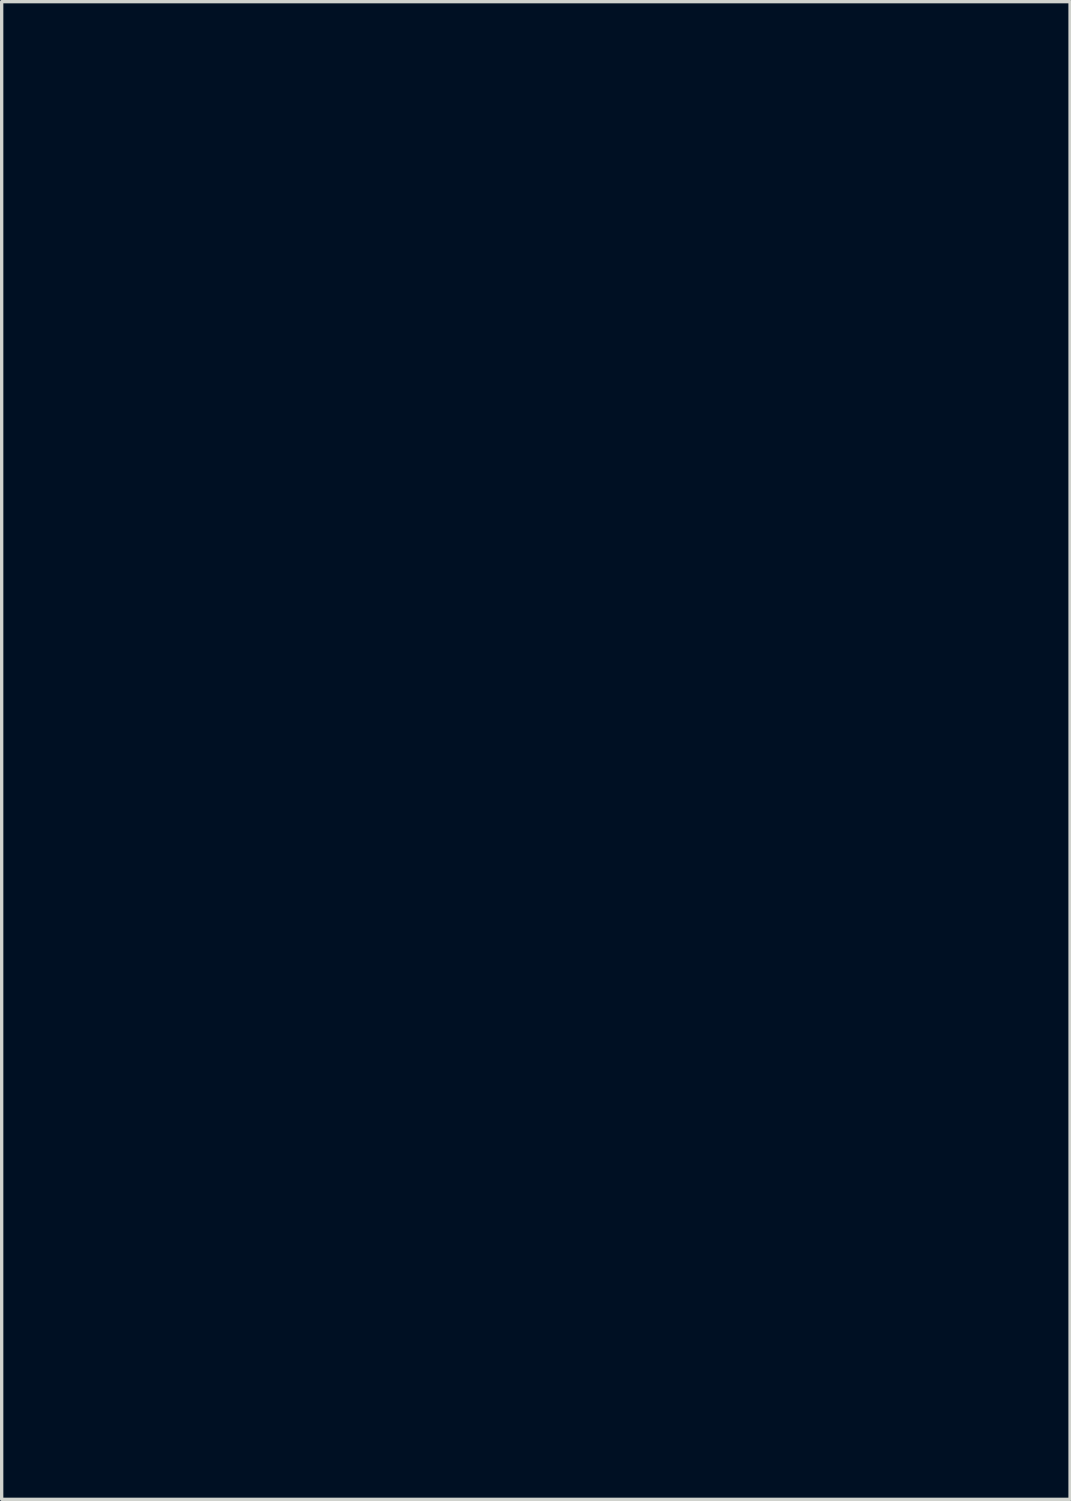
<source format=kicad_pcb>
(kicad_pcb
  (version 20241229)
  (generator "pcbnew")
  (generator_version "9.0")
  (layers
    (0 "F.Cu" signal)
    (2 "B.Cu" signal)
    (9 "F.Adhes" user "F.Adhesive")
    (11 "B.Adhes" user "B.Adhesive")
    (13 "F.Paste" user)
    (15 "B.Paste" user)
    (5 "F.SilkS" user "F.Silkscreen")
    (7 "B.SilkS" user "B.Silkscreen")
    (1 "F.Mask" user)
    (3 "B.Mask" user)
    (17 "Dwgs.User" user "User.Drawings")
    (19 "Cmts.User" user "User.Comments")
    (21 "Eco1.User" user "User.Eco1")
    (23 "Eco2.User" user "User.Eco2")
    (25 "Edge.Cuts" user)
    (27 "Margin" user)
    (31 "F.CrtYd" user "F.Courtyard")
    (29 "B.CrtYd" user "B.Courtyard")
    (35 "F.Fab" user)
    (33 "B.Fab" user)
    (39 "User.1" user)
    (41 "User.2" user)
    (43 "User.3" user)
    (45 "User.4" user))
  (footprint "logo_silver"
    (layer "F.Cu")
    (at 6.621 19.656)
    (property "Reference" "logo_silver" (at 0 0 0) (layer "F.Mask") (effects (font (size 1.524 1.524) (thickness 0.3))))
    (attr board_only exclude_from_pos_files exclude_from_bom)
    (fp_poly (pts (xy -6.213 11.07) (xy -6.338 11.195) (xy -6.462 11.32) (xy -6.462 10.821)) (stroke (width 0) (type solid)) (fill yes) (layer "F.Mask"))
    (fp_poly (pts (xy -6.537 -19.649) (xy -6.545 -19.616) (xy -6.575 -19.612) (xy -6.621 -19.633) (xy -6.612 -19.649) (xy -6.546 -19.656)) (stroke (width 0) (type solid)) (fill yes) (layer "F.Mask"))
    (fp_poly (pts (xy -4.654 18.977) (xy -4.426 19.206) (xy -4.905 19.208) (xy -5.384 19.211) (xy -5.133 18.98) (xy -4.883 18.749)) (stroke (width 0) (type solid)) (fill yes) (layer "F.Mask"))
    (fp_poly (pts (xy 0.912 18.865) (xy 0.993 18.967) (xy 1.036 19.022) (xy 1.186 19.219) (xy 0.484 19.219) (xy 0.674 19.022) (xy 0.787 18.908) (xy 0.86 18.837) (xy 0.875 18.825)) (stroke (width 0) (type solid)) (fill yes) (layer "F.Mask"))
    (fp_poly (pts (xy 1.079 8.727) (xy 1.199 8.798) (xy 1.325 8.903) (xy 1.545 9.095) (xy 1.253 9.394) (xy 1.02 9.122) (xy 0.896 8.972) (xy 0.839 8.881) (xy 0.839 8.824) (xy 0.882 8.78) (xy 0.983 8.724)) (stroke (width 0) (type solid)) (fill yes) (layer "F.Mask"))
    (fp_poly (pts (xy -3.894 13.638) (xy -3.658 13.908) (xy -3.892 14.147) (xy -4.021 14.273) (xy -4.118 14.358) (xy -4.156 14.381) (xy -4.207 14.339) (xy -4.306 14.236) (xy -4.407 14.125) (xy -4.627 13.875) (xy -4.379 13.621) (xy -4.13 13.367)) (stroke (width 0) (type solid)) (fill yes) (layer "F.Mask"))
    (fp_poly (pts (xy -3.717 8.297) (xy -3.473 8.565) (xy -3.717 8.776) (xy -3.854 8.891) (xy -3.956 8.969) (xy -3.992 8.989) (xy -4.045 8.953) (xy -4.149 8.859) (xy -4.243 8.766) (xy -4.462 8.541) (xy -4.212 8.285) (xy -3.962 8.028)) (stroke (width 0) (type solid)) (fill yes) (layer "F.Mask"))
    (fp_poly (pts (xy -4.564 14.261) (xy -4.323 14.526) (xy -4.592 14.779) (xy -4.955 15.118) (xy -5.298 15.438) (xy -5.613 15.729) (xy -5.889 15.982) (xy -6.114 16.187) (xy -6.279 16.335) (xy -6.373 16.415) (xy -6.374 16.415) (xy -6.519 16.529) (xy -6.519 15.584) (xy -5.662 14.79) (xy -4.805 13.995)) (stroke (width 0) (type solid)) (fill yes) (layer "F.Mask"))
    (fp_poly (pts (xy -4.263 13.218) (xy -4.393 13.358) (xy -4.532 13.49) (xy -4.664 13.595) (xy -4.805 13.692) (xy -5.634 12.778) (xy -5.946 12.427) (xy -6.182 12.151) (xy -6.344 11.945) (xy -6.437 11.804) (xy -6.462 11.731) (xy -6.421 11.605) (xy -6.314 11.456) (xy -6.275 11.417) (xy -6.088 11.235)) (stroke (width 0) (type solid)) (fill yes) (layer "F.Mask"))
    (fp_poly (pts (xy 3.854 16.582) (xy 4.102 16.825) (xy 3.919 17.015) (xy 3.758 17.174) (xy 3.642 17.249) (xy 3.54 17.245) (xy 3.425 17.162) (xy 3.324 17.064) (xy 3.2 16.933) (xy 3.115 16.835) (xy 3.091 16.798) (xy 3.13 16.75) (xy 3.233 16.654) (xy 3.348 16.554) (xy 3.606 16.339)) (stroke (width 0) (type solid)) (fill yes) (layer "F.Mask"))
    (fp_poly (pts (xy 3.95 11.581) (xy 3.791 11.747) (xy 3.682 11.852) (xy 3.603 11.909) (xy 3.59 11.913) (xy 3.534 11.874) (xy 3.432 11.773) (xy 3.348 11.678) (xy 3.237 11.543) (xy 3.164 11.442) (xy 3.147 11.408) (xy 3.184 11.352) (xy 3.277 11.249) (xy 3.332 11.194) (xy 3.517 11.014)) (stroke (width 0) (type solid)) (fill yes) (layer "F.Mask"))
    (fp_poly (pts (xy -6.139 18.71) (xy -5.977 18.889) (xy -5.846 19.038) (xy -5.763 19.137) (xy -5.743 19.165) (xy -5.784 19.186) (xy -5.905 19.197) (xy -6.075 19.197) (xy -6.263 19.187) (xy -6.392 19.173) (xy -6.456 19.155) (xy -6.494 19.111) (xy -6.512 19.014) (xy -6.518 18.841) (xy -6.519 18.725) (xy -6.519 18.296)) (stroke (width 0) (type solid)) (fill yes) (layer "F.Mask"))
    (fp_poly (pts (xy -1.756 15.997) (xy -1.639 16.093) (xy -1.545 16.184) (xy -1.326 16.409) (xy -1.574 16.662) (xy -1.707 16.792) (xy -1.808 16.882) (xy -1.852 16.909) (xy -1.903 16.868) (xy -2.002 16.765) (xy -2.103 16.654) (xy -2.323 16.405) (xy -2.105 16.182) (xy -1.975 16.059) (xy -1.869 15.978) (xy -1.826 15.959)) (stroke (width 0) (type solid)) (fill yes) (layer "F.Mask"))
    (fp_poly (pts (xy 0.236 8.161) (xy 0.253 8.172) (xy 0.496 8.328) (xy 0.657 8.435) (xy 0.749 8.506) (xy 0.784 8.554) (xy 0.773 8.591) (xy 0.73 8.631) (xy 0.71 8.648) (xy 0.654 8.664) (xy 0.577 8.621) (xy 0.462 8.506) (xy 0.359 8.388) (xy 0.228 8.23) (xy 0.167 8.146) (xy 0.171 8.126)) (stroke (width 0) (type solid)) (fill yes) (layer "F.Mask"))
    (fp_poly (pts (xy 1.005 13.471) (xy 1.116 13.574) (xy 1.201 13.669) (xy 1.4 13.908) (xy 1.166 14.147) (xy 1.035 14.275) (xy 0.933 14.361) (xy 0.891 14.386) (xy 0.836 14.346) (xy 0.737 14.242) (xy 0.641 14.13) (xy 0.432 13.875) (xy 0.649 13.653) (xy 0.781 13.529) (xy 0.889 13.449) (xy 0.934 13.431)) (stroke (width 0) (type solid)) (fill yes) (layer "F.Mask"))
    (fp_poly (pts (xy 3.815 17.904) (xy 3.995 18.099) (xy 4.186 18.308) (xy 4.3 18.434) (xy 4.465 18.615) (xy 4.658 18.826) (xy 4.795 18.975) (xy 5.064 19.265) (xy 4.148 19.256) (xy 3.765 19.251) (xy 3.354 19.242) (xy 2.957 19.232) (xy 2.618 19.222) (xy 2.539 19.219) (xy 1.846 19.19) (xy 3.555 17.625)) (stroke (width 0) (type solid)) (fill yes) (layer "F.Mask"))
    (fp_poly (pts (xy -6.386 17.084) (xy -6.304 17.173) (xy -6.162 17.327) (xy -5.976 17.528) (xy -5.764 17.759) (xy -5.629 17.906) (xy -5.004 18.588) (xy -5.254 18.819) (xy -5.39 18.941) (xy -5.49 19.025) (xy -5.529 19.05) (xy -5.574 19.011) (xy -5.68 18.905) (xy -5.831 18.748) (xy -6.013 18.554) (xy -6.035 18.53) (xy -6.516 18.01) (xy -6.518 17.478) (xy -6.519 16.945)) (stroke (width 0) (type solid)) (fill yes) (layer "F.Mask"))
    (fp_poly (pts (xy -1.313 10.944) (xy -1.204 11.048) (xy -1.113 11.148) (xy -0.905 11.391) (xy -1.085 11.557) (xy -1.254 11.71) (xy -1.364 11.793) (xy -1.44 11.813) (xy -1.507 11.778) (xy -1.581 11.702) (xy -1.731 11.533) (xy -1.81 11.42) (xy -1.823 11.335) (xy -1.773 11.249) (xy -1.663 11.132) (xy -1.655 11.124) (xy -1.525 11.001) (xy -1.421 10.921) (xy -1.379 10.904)) (stroke (width 0) (type solid)) (fill yes) (layer "F.Mask"))
    (fp_poly (pts (xy -3.46 14.145) (xy -3.343 14.256) (xy -3.175 14.424) (xy -2.97 14.639) (xy -2.739 14.886) (xy -2.703 14.925) (xy -1.95 15.744) (xy -2.201 15.995) (xy -2.452 16.246) (xy -3.035 15.611) (xy -3.256 15.37) (xy -3.467 15.141) (xy -3.649 14.944) (xy -3.782 14.801) (xy -3.815 14.765) (xy -4.013 14.554) (xy -3.793 14.33) (xy -3.662 14.206) (xy -3.558 14.124) (xy -3.515 14.105)) (stroke (width 0) (type solid)) (fill yes) (layer "F.Mask"))
    (fp_poly (pts (xy -1.82 11.753) (xy -1.568 12.004) (xy -2.175 12.557) (xy -2.428 12.788) (xy -2.686 13.026) (xy -2.92 13.244) (xy -3.103 13.416) (xy -3.124 13.436) (xy -3.466 13.762) (xy -3.707 13.517) (xy -3.828 13.38) (xy -3.901 13.27) (xy -3.912 13.217) (xy -3.862 13.164) (xy -3.742 13.047) (xy -3.563 12.878) (xy -3.339 12.668) (xy -3.083 12.431) (xy -2.974 12.331) (xy -2.071 11.502)) (stroke (width 0) (type solid)) (fill yes) (layer "F.Mask"))
    (fp_poly (pts (xy 0.874 9.277) (xy 1.124 9.526) (xy 0.27 10.312) (xy 0.008 10.553) (xy -0.23 10.77) (xy -0.431 10.951) (xy -0.579 11.084) (xy -0.663 11.156) (xy -0.671 11.162) (xy -0.734 11.184) (xy -0.811 11.146) (xy -0.922 11.037) (xy -0.981 10.971) (xy -1.203 10.715) (xy -0.78 10.317) (xy -0.551 10.102) (xy -0.279 9.851) (xy -0.008 9.602) (xy 0.134 9.473) (xy 0.625 9.027)) (stroke (width 0) (type solid)) (fill yes) (layer "F.Mask"))
    (fp_poly (pts (xy 4.268 17.067) (xy 4.379 17.178) (xy 4.543 17.349) (xy 4.75 17.569) (xy 4.986 17.825) (xy 5.118 17.968) (xy 5.376 18.252) (xy 5.62 18.518) (xy 5.833 18.751) (xy 6.004 18.938) (xy 6.119 19.062) (xy 6.146 19.092) (xy 6.316 19.275) (xy 5.35 19.275) (xy 4.534 18.39) (xy 3.718 17.505) (xy 3.95 17.266) (xy 4.08 17.138) (xy 4.18 17.051) (xy 4.22 17.027)) (stroke (width 0) (type solid)) (fill yes) (layer "F.Mask"))
    (fp_poly (pts (xy -6.412 12.257) (xy -6.307 12.362) (xy -6.15 12.527) (xy -5.953 12.738) (xy -5.728 12.984) (xy -5.688 13.028) (xy -4.943 13.852) (xy -5.218 14.105) (xy -5.372 14.247) (xy -5.581 14.438) (xy -5.814 14.651) (xy -6.011 14.832) (xy -6.528 15.306) (xy -6.501 13.774) (xy -6.493 13.371) (xy -6.484 13.006) (xy -6.476 12.695) (xy -6.467 12.451) (xy -6.46 12.289) (xy -6.454 12.224) (xy -6.454 12.223)) (stroke (width 0) (type solid)) (fill yes) (layer "F.Mask"))
    (fp_poly (pts (xy -5.964 6.276) (xy -5.946 6.278) (xy -5.524 6.322) (xy -4.101 7.879) (xy -4.341 8.096) (xy -4.477 8.214) (xy -4.58 8.293) (xy -4.619 8.315) (xy -4.667 8.275) (xy -4.778 8.164) (xy -4.944 7.993) (xy -5.152 7.772) (xy -5.392 7.513) (xy -5.564 7.326) (xy -5.839 7.02) (xy -6.07 6.756) (xy -6.248 6.541) (xy -6.367 6.386) (xy -6.419 6.298) (xy -6.419 6.284) (xy -6.34 6.264) (xy -6.179 6.262)) (stroke (width 0) (type solid)) (fill yes) (layer "F.Mask"))
    (fp_poly (pts (xy 12.139 -13.494) (xy 12.146 -13.367) (xy 12.131 -13.193) (xy 12.099 -13.003) (xy 12.054 -12.829) (xy 12.017 -12.736) (xy 11.897 -12.488) (xy 11.273 -12.312) (xy 11.023 -12.242) (xy 10.815 -12.186) (xy 10.67 -12.149) (xy 10.613 -12.137) (xy 10.636 -12.175) (xy 10.725 -12.28) (xy 10.866 -12.437) (xy 11.047 -12.631) (xy 11.119 -12.708) (xy 11.389 -12.981) (xy 11.635 -13.212) (xy 11.846 -13.39) (xy 12.009 -13.504) (xy 12.109 -13.543)) (stroke (width 0) (type solid)) (fill yes) (layer "F.Mask"))
    (fp_poly (pts (xy -2.43 9.704) (xy -2.14 10.023) (xy -1.919 10.269) (xy -1.762 10.456) (xy -1.662 10.594) (xy -1.615 10.698) (xy -1.615 10.779) (xy -1.657 10.849) (xy -1.735 10.92) (xy -1.844 11.006) (xy -1.853 11.013) (xy -2.059 11.176) (xy -2.926 10.219) (xy -3.174 9.944) (xy -3.396 9.696) (xy -3.58 9.489) (xy -3.717 9.333) (xy -3.794 9.241) (xy -3.808 9.223) (xy -3.779 9.166) (xy -3.688 9.058) (xy -3.579 8.946) (xy -3.336 8.707)) (stroke (width 0) (type solid)) (fill yes) (layer "F.Mask"))
    (fp_poly (pts (xy 4.368 12.207) (xy 4.479 12.387) (xy 4.607 12.606) (xy 4.743 12.844) (xy 4.876 13.082) (xy 4.994 13.301) (xy 5.088 13.482) (xy 5.146 13.606) (xy 5.159 13.652) (xy 5.159 13.652) (xy 5.117 13.612) (xy 5.014 13.502) (xy 4.863 13.339) (xy 4.677 13.135) (xy 4.58 13.028) (xy 4.369 12.794) (xy 4.175 12.576) (xy 4.015 12.394) (xy 3.907 12.268) (xy 3.885 12.241) (xy 3.751 12.074) (xy 3.91 11.908) (xy 4.069 11.742)) (stroke (width 0) (type solid)) (fill yes) (layer "F.Mask"))
    (fp_poly (pts (xy -2.271 6.97) (xy -1.898 7.094) (xy -2.031 7.223) (xy -2.185 7.369) (xy -2.374 7.545) (xy -2.582 7.735) (xy -2.793 7.925) (xy -2.988 8.099) (xy -3.151 8.241) (xy -3.266 8.338) (xy -3.315 8.373) (xy -3.37 8.336) (xy -3.475 8.241) (xy -3.557 8.16) (xy -3.674 8.033) (xy -3.749 7.937) (xy -3.765 7.905) (xy -3.725 7.85) (xy -3.617 7.736) (xy -3.456 7.578) (xy -3.258 7.392) (xy -3.039 7.192) (xy -2.853 7.028) (xy -2.643 6.846)) (stroke (width 0) (type solid)) (fill yes) (layer "F.Mask"))
    (fp_poly (pts (xy 3.434 12.062) (xy 2.827 12.62) (xy 2.58 12.847) (xy 2.334 13.074) (xy 2.114 13.278) (xy 1.946 13.435) (xy 1.921 13.458) (xy 1.77 13.597) (xy 1.651 13.701) (xy 1.586 13.751) (xy 1.584 13.752) (xy 1.53 13.719) (xy 1.429 13.622) (xy 1.335 13.517) (xy 1.221 13.38) (xy 1.144 13.28) (xy 1.124 13.246) (xy 1.163 13.202) (xy 1.274 13.094) (xy 1.444 12.932) (xy 1.661 12.729) (xy 1.914 12.495) (xy 2.028 12.39) (xy 2.932 11.559)) (stroke (width 0) (type solid)) (fill yes) (layer "F.Mask"))
    (fp_poly (pts (xy -1.133 16.674) (xy -1.02 16.786) (xy -0.854 16.959) (xy -0.644 17.181) (xy -0.402 17.442) (xy -0.205 17.658) (xy 0.728 18.682) (xy 0.546 18.871) (xy 0.434 18.986) (xy 0.344 19.062) (xy 0.261 19.092) (xy 0.17 19.07) (xy 0.057 18.99) (xy -0.093 18.845) (xy -0.294 18.629) (xy -0.483 18.42) (xy -0.725 18.154) (xy -0.963 17.892) (xy -1.178 17.655) (xy -1.35 17.465) (xy -1.43 17.376) (xy -1.708 17.069) (xy -1.467 16.851) (xy -1.33 16.733) (xy -1.224 16.654) (xy -1.182 16.634)) (stroke (width 0) (type solid)) (fill yes) (layer "F.Mask"))
    (fp_poly (pts (xy -0.7 11.633) (xy -0.582 11.748) (xy -0.414 11.921) (xy -0.209 12.139) (xy 0.021 12.387) (xy 0.047 12.416) (xy 0.788 13.229) (xy 0.551 13.47) (xy 0.421 13.598) (xy 0.323 13.685) (xy 0.283 13.711) (xy 0.237 13.671) (xy 0.129 13.561) (xy -0.027 13.396) (xy -0.219 13.189) (xy -0.365 13.029) (xy -0.585 12.785) (xy -0.788 12.559) (xy -0.957 12.367) (xy -1.077 12.23) (xy -1.117 12.182) (xy -1.251 12.017) (xy -1.034 11.795) (xy -0.904 11.675) (xy -0.798 11.601) (xy -0.755 11.589)) (stroke (width 0) (type solid)) (fill yes) (layer "F.Mask"))
    (fp_poly (pts (xy 0.325 14.096) (xy 0.428 14.199) (xy 0.521 14.3) (xy 0.732 14.54) (xy -0.013 15.233) (xy -0.269 15.47) (xy -0.51 15.695) (xy -0.719 15.889) (xy -0.879 16.037) (xy -0.958 16.111) (xy -1.157 16.296) (xy -1.393 16.055) (xy -1.519 15.923) (xy -1.604 15.823) (xy -1.63 15.783) (xy -1.59 15.736) (xy -1.481 15.627) (xy -1.316 15.47) (xy -1.111 15.278) (xy -0.88 15.064) (xy -0.636 14.842) (xy -0.395 14.624) (xy -0.172 14.424) (xy 0.02 14.255) (xy 0.167 14.13) (xy 0.253 14.062) (xy 0.268 14.054)) (stroke (width 0) (type solid)) (fill yes) (layer "F.Mask"))
    (fp_poly (pts (xy 1.811 9.306) (xy 1.815 9.308) (xy 1.901 9.374) (xy 2.049 9.506) (xy 2.244 9.69) (xy 2.472 9.912) (xy 2.717 10.156) (xy 2.963 10.409) (xy 3.026 10.475) (xy 3.202 10.663) (xy 3.301 10.795) (xy 3.325 10.892) (xy 3.278 10.978) (xy 3.161 11.076) (xy 3.094 11.124) (xy 2.947 11.229) (xy 2.274 10.494) (xy 1.999 10.193) (xy 1.792 9.965) (xy 1.645 9.796) (xy 1.55 9.675) (xy 1.501 9.59) (xy 1.49 9.53) (xy 1.51 9.482) (xy 1.552 9.435) (xy 1.588 9.401) (xy 1.714 9.305)) (stroke (width 0) (type solid)) (fill yes) (layer "F.Mask"))
    (fp_poly (pts (xy 3.149 17.17) (xy 3.273 17.301) (xy 3.353 17.409) (xy 3.372 17.453) (xy 3.333 17.522) (xy 3.231 17.638) (xy 3.105 17.76) (xy 2.967 17.887) (xy 2.769 18.068) (xy 2.535 18.285) (xy 2.287 18.514) (xy 2.199 18.596) (xy 1.976 18.802) (xy 1.782 18.979) (xy 1.631 19.113) (xy 1.539 19.192) (xy 1.519 19.206) (xy 1.464 19.175) (xy 1.365 19.077) (xy 1.261 18.958) (xy 1.044 18.693) (xy 1.576 18.191) (xy 1.826 17.957) (xy 2.095 17.707) (xy 2.347 17.475) (xy 2.517 17.321) (xy 2.927 16.953)) (stroke (width 0) (type solid)) (fill yes) (layer "F.Mask"))
    (fp_poly (pts (xy -4.724 6.386) (xy -4.454 6.43) (xy -4.147 6.486) (xy -3.83 6.548) (xy -3.529 6.611) (xy -3.272 6.669) (xy -3.084 6.717) (xy -3.02 6.738) (xy -2.982 6.764) (xy -2.987 6.81) (xy -3.046 6.889) (xy -3.169 7.013) (xy -3.365 7.195) (xy -3.398 7.225) (xy -3.592 7.401) (xy -3.758 7.547) (xy -3.876 7.647) (xy -3.928 7.686) (xy -3.979 7.652) (xy -4.089 7.55) (xy -4.244 7.393) (xy -4.427 7.197) (xy -4.468 7.152) (xy -4.667 6.932) (xy -4.85 6.73) (xy -4.999 6.567) (xy -5.093 6.463) (xy -5.098 6.457) (xy -5.23 6.311)) (stroke (width 0) (type solid)) (fill yes) (layer "F.Mask"))
    (fp_poly (pts (xy -4.433 8.896) (xy -4.317 9.032) (xy -4.234 9.133) (xy -4.208 9.167) (xy -4.241 9.213) (xy -4.344 9.32) (xy -4.502 9.476) (xy -4.701 9.668) (xy -4.927 9.882) (xy -5.166 10.105) (xy -5.403 10.323) (xy -5.625 10.524) (xy -5.817 10.695) (xy -5.965 10.822) (xy -6.055 10.892) (xy -6.073 10.902) (xy -6.132 10.862) (xy -6.231 10.761) (xy -6.29 10.692) (xy -6.392 10.555) (xy -6.454 10.447) (xy -6.462 10.414) (xy -6.423 10.358) (xy -6.312 10.238) (xy -6.141 10.066) (xy -5.923 9.854) (xy -5.67 9.615) (xy -5.549 9.503) (xy -4.636 8.66)) (stroke (width 0) (type solid)) (fill yes) (layer "F.Mask"))
    (fp_poly (pts (xy 13.716 -13.514) (xy 14.001 -13.359) (xy 14.249 -13.221) (xy 14.443 -13.11) (xy 14.569 -13.035) (xy 14.611 -13.006) (xy 14.564 -12.973) (xy 14.436 -12.901) (xy 14.248 -12.801) (xy 14.048 -12.7) (xy 13.793 -12.564) (xy 13.554 -12.423) (xy 13.362 -12.296) (xy 13.273 -12.226) (xy 13.062 -12.035) (xy 12.6 -12.234) (xy 12.395 -12.327) (xy 12.237 -12.409) (xy 12.149 -12.467) (xy 12.138 -12.482) (xy 12.163 -12.559) (xy 12.224 -12.691) (xy 12.25 -12.742) (xy 12.326 -12.942) (xy 12.36 -13.197) (xy 12.363 -13.331) (xy 12.363 -13.71) (xy 12.592 -13.855) (xy 12.821 -13.999)) (stroke (width 0) (type solid)) (fill yes) (layer "F.Mask"))
    (fp_poly (pts (xy -6.107 7.06) (xy -5.745 7.454) (xy -5.453 7.774) (xy -5.225 8.026) (xy -5.054 8.219) (xy -4.935 8.36) (xy -4.86 8.455) (xy -4.823 8.513) (xy -4.818 8.54) (xy -4.82 8.543) (xy -4.899 8.611) (xy -5.037 8.736) (xy -5.218 8.901) (xy -5.425 9.093) (xy -5.644 9.296) (xy -5.857 9.496) (xy -6.049 9.677) (xy -6.205 9.825) (xy -6.307 9.924) (xy -6.341 9.961) (xy -6.405 10.002) (xy -6.411 10.003) (xy -6.425 9.948) (xy -6.437 9.793) (xy -6.448 9.547) (xy -6.455 9.222) (xy -6.46 8.828) (xy -6.462 8.378) (xy -6.462 8.338) (xy -6.462 6.673)) (stroke (width 0) (type solid)) (fill yes) (layer "F.Mask"))
    (fp_poly (pts (xy -2.414 16.627) (xy -2.262 16.769) (xy -2.221 16.815) (xy -2.018 17.053) (xy -2.428 17.449) (xy -2.642 17.654) (xy -2.884 17.882) (xy -3.14 18.122) (xy -3.396 18.36) (xy -3.64 18.586) (xy -3.858 18.785) (xy -4.036 18.946) (xy -4.162 19.057) (xy -4.222 19.105) (xy -4.224 19.106) (xy -4.273 19.069) (xy -4.375 18.974) (xy -4.488 18.862) (xy -4.728 18.617) (xy -4.373 18.281) (xy -4.205 18.124) (xy -3.979 17.913) (xy -3.718 17.672) (xy -3.447 17.424) (xy -3.315 17.303) (xy -3.082 17.089) (xy -2.88 16.9) (xy -2.722 16.75) (xy -2.622 16.651) (xy -2.594 16.62) (xy -2.528 16.576)) (stroke (width 0) (type solid)) (fill yes) (layer "F.Mask"))
    (fp_poly (pts (xy 10.76 -13.695) (xy 10.959 -13.653) (xy 11.149 -13.577) (xy 11.172 -13.566) (xy 11.464 -13.42) (xy 11.356 -13.271) (xy 11.191 -13.074) (xy 10.991 -12.88) (xy 10.787 -12.717) (xy 10.609 -12.61) (xy 10.57 -12.595) (xy 10.36 -12.541) (xy 10.194 -12.551) (xy 10.022 -12.63) (xy 9.957 -12.671) (xy 9.746 -12.811) (xy 9.168 -12.671) (xy 8.923 -12.614) (xy 8.716 -12.568) (xy 8.573 -12.54) (xy 8.524 -12.534) (xy 8.445 -12.569) (xy 8.32 -12.657) (xy 8.245 -12.717) (xy 8.034 -12.898) (xy 8.639 -13.135) (xy 9.169 -13.337) (xy 9.611 -13.492) (xy 9.977 -13.603) (xy 10.282 -13.673) (xy 10.539 -13.703)) (stroke (width 0) (type solid)) (fill yes) (layer "F.Mask"))
    (fp_poly (pts (xy -3.128 10.314) (xy -2.878 10.591) (xy -2.655 10.841) (xy -2.47 11.052) (xy -2.335 11.213) (xy -2.259 11.31) (xy -2.246 11.334) (xy -2.287 11.384) (xy -2.398 11.496) (xy -2.564 11.656) (xy -2.769 11.85) (xy -2.999 12.064) (xy -3.24 12.286) (xy -3.478 12.502) (xy -3.696 12.698) (xy -3.881 12.861) (xy -4.018 12.977) (xy -4.093 13.034) (xy -4.1 13.037) (xy -4.149 12.997) (xy -4.262 12.886) (xy -4.428 12.715) (xy -4.637 12.495) (xy -4.876 12.238) (xy -5.03 12.071) (xy -5.916 11.104) (xy -5.527 10.736) (xy -5.327 10.549) (xy -5.077 10.316) (xy -4.81 10.069) (xy -4.577 9.855) (xy -4.017 9.341)) (stroke (width 0) (type solid)) (fill yes) (layer "F.Mask"))
    (fp_poly (pts (xy -1.796 17.291) (xy -1.693 17.391) (xy -1.628 17.462) (xy -1.489 17.621) (xy -1.316 17.813) (xy -1.186 17.954) (xy -1.038 18.115) (xy -0.844 18.329) (xy -0.632 18.563) (xy -0.484 18.727) (xy -0.042 19.219) (xy -2.016 19.219) (xy -2.474 19.218) (xy -2.895 19.216) (xy -3.265 19.214) (xy -3.573 19.211) (xy -3.804 19.207) (xy -3.947 19.202) (xy -3.99 19.198) (xy -3.95 19.152) (xy -3.84 19.044) (xy -3.674 18.886) (xy -3.464 18.691) (xy -3.224 18.469) (xy -2.969 18.235) (xy -2.711 18.001) (xy -2.465 17.778) (xy -2.243 17.58) (xy -2.059 17.418) (xy -1.928 17.305) (xy -1.861 17.254) (xy -1.857 17.252)) (stroke (width 0) (type solid)) (fill yes) (layer "F.Mask"))
    (fp_poly (pts (xy 3.918 -15.158) (xy 4.064 -15.12) (xy 4.192 -15.084) (xy 4.496 -14.996) (xy 4.18 -14.705) (xy 3.949 -14.514) (xy 3.729 -14.389) (xy 3.52 -14.314) (xy 3.338 -14.265) (xy 3.099 -14.205) (xy 2.827 -14.14) (xy 2.547 -14.076) (xy 2.284 -14.018) (xy 2.062 -13.972) (xy 1.906 -13.943) (xy 1.848 -13.936) (xy 1.849 -13.967) (xy 1.923 -14.044) (xy 2.001 -14.11) (xy 2.148 -14.224) (xy 2.268 -14.301) (xy 2.395 -14.358) (xy 2.564 -14.411) (xy 2.782 -14.468) (xy 3.009 -14.535) (xy 3.18 -14.616) (xy 3.342 -14.737) (xy 3.486 -14.871) (xy 3.639 -15.014) (xy 3.763 -15.121) (xy 3.836 -15.171) (xy 3.842 -15.173)) (stroke (width 0) (type solid)) (fill yes) (layer "F.Mask"))
    (fp_poly (pts (xy 1.61 14.145) (xy 1.721 14.255) (xy 1.879 14.42) (xy 2.07 14.626) (xy 2.192 14.76) (xy 2.43 15.023) (xy 2.676 15.292) (xy 2.904 15.54) (xy 3.089 15.739) (xy 3.131 15.785) (xy 3.481 16.156) (xy 3.226 16.395) (xy 3.091 16.519) (xy 2.992 16.606) (xy 2.955 16.634) (xy 2.913 16.595) (xy 2.81 16.488) (xy 2.66 16.329) (xy 2.478 16.133) (xy 2.434 16.086) (xy 2.031 15.647) (xy 1.703 15.287) (xy 1.446 15.001) (xy 1.257 14.788) (xy 1.135 14.644) (xy 1.075 14.564) (xy 1.068 14.548) (xy 1.107 14.491) (xy 1.204 14.392) (xy 1.328 14.277) (xy 1.45 14.175) (xy 1.538 14.113) (xy 1.56 14.105)) (stroke (width 0) (type solid)) (fill yes) (layer "F.Mask"))
    (fp_poly (pts (xy 1.588 10.06) (xy 1.773 10.262) (xy 2 10.508) (xy 2.233 10.763) (xy 2.364 10.906) (xy 2.804 11.388) (xy 1.882 12.241) (xy 1.615 12.487) (xy 1.375 12.705) (xy 1.175 12.885) (xy 1.027 13.015) (xy 0.944 13.085) (xy 0.93 13.093) (xy 0.897 13.052) (xy 0.897 13.051) (xy 0.859 12.999) (xy 0.757 12.878) (xy 0.602 12.701) (xy 0.405 12.484) (xy 0.179 12.237) (xy 0.166 12.223) (xy -0.061 11.976) (xy -0.259 11.757) (xy -0.416 11.579) (xy -0.521 11.455) (xy -0.562 11.399) (xy -0.562 11.398) (xy -0.522 11.35) (xy -0.411 11.238) (xy -0.241 11.074) (xy -0.023 10.868) (xy 0.23 10.633) (xy 0.345 10.527) (xy 1.253 9.696)) (stroke (width 0) (type solid)) (fill yes) (layer "F.Mask"))
    (fp_poly (pts (xy -1.413 12.24) (xy -1.299 12.346) (xy -1.135 12.51) (xy -0.931 12.722) (xy -0.701 12.968) (xy -0.652 13.02) (xy 0.112 13.852) (xy -0.183 14.134) (xy -0.331 14.274) (xy -0.539 14.469) (xy -0.781 14.695) (xy -1.036 14.931) (xy -1.131 15.019) (xy -1.785 15.623) (xy -2.536 14.804) (xy -2.767 14.551) (xy -2.971 14.325) (xy -3.136 14.14) (xy -3.25 14.008) (xy -3.302 13.944) (xy -3.303 13.941) (xy -3.27 13.89) (xy -3.167 13.778) (xy -3.008 13.62) (xy -2.809 13.43) (xy -2.713 13.341) (xy -2.466 13.114) (xy -2.22 12.886) (xy -2 12.683) (xy -1.832 12.526) (xy -1.808 12.504) (xy -1.656 12.364) (xy -1.534 12.258) (xy -1.466 12.207) (xy -1.463 12.206)) (stroke (width 0) (type solid)) (fill yes) (layer "F.Mask"))
    (fp_poly (pts (xy 5.565 14.594) (xy 5.57 14.599) (xy 5.611 14.678) (xy 5.664 14.821) (xy 5.718 14.99) (xy 5.761 15.147) (xy 5.78 15.253) (xy 5.779 15.273) (xy 5.733 15.324) (xy 5.622 15.435) (xy 5.46 15.59) (xy 5.264 15.775) (xy 5.05 15.976) (xy 4.834 16.177) (xy 4.631 16.363) (xy 4.457 16.52) (xy 4.328 16.633) (xy 4.261 16.687) (xy 4.256 16.69) (xy 4.207 16.652) (xy 4.106 16.552) (xy 3.988 16.428) (xy 3.746 16.166) (xy 3.882 16.057) (xy 3.972 15.979) (xy 4.126 15.842) (xy 4.322 15.664) (xy 4.542 15.461) (xy 4.603 15.405) (xy 4.903 15.127) (xy 5.133 14.917) (xy 5.301 14.767) (xy 5.418 14.669) (xy 5.494 14.613) (xy 5.539 14.591)) (stroke (width 0) (type solid)) (fill yes) (layer "F.Mask"))
    (fp_poly (pts (xy 5.904 15.578) (xy 5.942 15.683) (xy 5.994 15.876) (xy 6.054 16.132) (xy 6.118 16.427) (xy 6.181 16.737) (xy 6.236 17.04) (xy 6.268 17.234) (xy 6.298 17.459) (xy 6.328 17.727) (xy 6.355 18.016) (xy 6.379 18.306) (xy 6.397 18.575) (xy 6.409 18.802) (xy 6.412 18.965) (xy 6.404 19.045) (xy 6.4 19.049) (xy 6.358 19.009) (xy 6.251 18.896) (xy 6.089 18.723) (xy 5.883 18.5) (xy 5.643 18.238) (xy 5.435 18.009) (xy 5.174 17.721) (xy 4.939 17.457) (xy 4.74 17.229) (xy 4.587 17.051) (xy 4.491 16.935) (xy 4.463 16.894) (xy 4.49 16.831) (xy 4.585 16.713) (xy 4.733 16.556) (xy 4.917 16.375) (xy 5.122 16.183) (xy 5.331 15.994) (xy 5.53 15.825) (xy 5.701 15.688) (xy 5.829 15.6) (xy 5.898 15.573)) (stroke (width 0) (type solid)) (fill yes) (layer "F.Mask"))
    (fp_poly (pts (xy -1.548 7.263) (xy -1.427 7.3) (xy -1.277 7.366) (xy -1.132 7.432) (xy -0.918 7.53) (xy -0.751 7.618) (xy -0.606 7.715) (xy -0.461 7.841) (xy -0.289 8.013) (xy -0.076 8.24) (xy 0.116 8.452) (xy 0.274 8.635) (xy 0.386 8.775) (xy 0.439 8.854) (xy 0.441 8.865) (xy 0.396 8.914) (xy 0.281 9.026) (xy 0.109 9.19) (xy -0.106 9.393) (xy -0.353 9.623) (xy -0.617 9.867) (xy -0.885 10.113) (xy -1.146 10.35) (xy -1.238 10.433) (xy -1.341 10.513) (xy -1.403 10.516) (xy -1.434 10.483) (xy -1.487 10.42) (xy -1.605 10.288) (xy -1.775 10.099) (xy -1.986 9.868) (xy -2.226 9.606) (xy -2.331 9.493) (xy -3.172 8.582) (xy -2.555 7.999) (xy -2.272 7.729) (xy -2.056 7.527) (xy -1.892 7.385) (xy -1.764 7.299) (xy -1.654 7.26)) (stroke (width 0) (type solid)) (fill yes) (layer "F.Mask"))
    (fp_poly (pts (xy 16.578 -13.275) (xy 16.855 -13.197) (xy 17.124 -13.122) (xy 17.348 -13.062) (xy 17.448 -13.035) (xy 17.625 -12.983) (xy 17.761 -12.93) (xy 17.803 -12.906) (xy 17.866 -12.83) (xy 17.943 -12.702) (xy 18.016 -12.56) (xy 18.064 -12.439) (xy 18.072 -12.377) (xy 18.071 -12.377) (xy 18.008 -12.376) (xy 17.88 -12.402) (xy 17.844 -12.411) (xy 17.751 -12.431) (xy 17.658 -12.431) (xy 17.542 -12.405) (xy 17.383 -12.347) (xy 17.158 -12.252) (xy 16.958 -12.163) (xy 16.701 -12.049) (xy 16.479 -11.955) (xy 16.313 -11.889) (xy 16.223 -11.86) (xy 16.217 -11.859) (xy 16.146 -11.888) (xy 16.003 -11.963) (xy 15.81 -12.073) (xy 15.65 -12.168) (xy 15.378 -12.325) (xy 15.173 -12.422) (xy 15.01 -12.47) (xy 14.92 -12.479) (xy 14.71 -12.492) (xy 14.485 -12.517) (xy 14.452 -12.522) (xy 14.21 -12.56) (xy 15.099 -13.001) (xy 15.988 -13.442)) (stroke (width 0) (type solid)) (fill yes) (layer "F.Mask"))
    (fp_poly (pts (xy -4.129 14.762) (xy -4.02 14.87) (xy -3.864 15.03) (xy -3.677 15.228) (xy -3.473 15.447) (xy -3.266 15.673) (xy -3.072 15.889) (xy -2.903 16.079) (xy -2.775 16.23) (xy -2.74 16.273) (xy -2.712 16.313) (xy -2.701 16.354) (xy -2.715 16.405) (xy -2.764 16.477) (xy -2.857 16.579) (xy -3.001 16.722) (xy -3.205 16.916) (xy -3.479 17.17) (xy -3.667 17.344) (xy -3.954 17.609) (xy -4.218 17.851) (xy -4.445 18.059) (xy -4.624 18.221) (xy -4.742 18.327) (xy -4.782 18.362) (xy -4.822 18.376) (xy -4.877 18.359) (xy -4.959 18.3) (xy -5.076 18.192) (xy -5.241 18.023) (xy -5.463 17.786) (xy -5.648 17.584) (xy -6.424 16.737) (xy -6.26 16.597) (xy -6.204 16.548) (xy -6.146 16.497) (xy -6.075 16.433) (xy -5.981 16.347) (xy -5.854 16.23) (xy -5.683 16.072) (xy -5.458 15.864) (xy -5.168 15.595) (xy -4.909 15.355) (xy -4.679 15.144) (xy -4.476 14.963) (xy -4.315 14.825) (xy -4.21 14.741) (xy -4.178 14.723)) (stroke (width 0) (type solid)) (fill yes) (layer "F.Mask"))
    (fp_poly (pts (xy 0.95 14.783) (xy 1.063 14.899) (xy 1.224 15.07) (xy 1.42 15.283) (xy 1.639 15.522) (xy 1.869 15.775) (xy 2.096 16.028) (xy 2.308 16.265) (xy 2.492 16.474) (xy 2.636 16.64) (xy 2.727 16.75) (xy 2.754 16.788) (xy 2.714 16.835) (xy 2.607 16.945) (xy 2.445 17.103) (xy 2.243 17.297) (xy 2.016 17.512) (xy 1.778 17.734) (xy 1.543 17.952) (xy 1.327 18.15) (xy 1.143 18.316) (xy 1.006 18.436) (xy 0.931 18.496) (xy 0.927 18.498) (xy 0.875 18.467) (xy 0.759 18.364) (xy 0.59 18.199) (xy 0.378 17.983) (xy 0.135 17.727) (xy -0.056 17.52) (xy -0.313 17.238) (xy -0.543 16.982) (xy -0.735 16.765) (xy -0.879 16.597) (xy -0.964 16.491) (xy -0.983 16.459) (xy -0.944 16.408) (xy -0.835 16.296) (xy -0.672 16.137) (xy -0.468 15.944) (xy -0.238 15.73) (xy 0.003 15.508) (xy 0.242 15.291) (xy 0.464 15.093) (xy 0.654 14.927) (xy 0.799 14.805) (xy 0.883 14.742) (xy 0.898 14.736)) (stroke (width 0) (type solid)) (fill yes) (layer "F.Mask"))
    (fp_poly (pts (xy 3.577 12.316) (xy 3.707 12.423) (xy 3.904 12.614) (xy 4.17 12.89) (xy 4.476 13.22) (xy 4.73 13.495) (xy 4.959 13.741) (xy 5.152 13.947) (xy 5.299 14.101) (xy 5.387 14.19) (xy 5.408 14.208) (xy 5.449 14.273) (xy 5.451 14.292) (xy 5.411 14.345) (xy 5.303 14.459) (xy 5.141 14.62) (xy 4.94 14.816) (xy 4.714 15.031) (xy 4.478 15.253) (xy 4.246 15.466) (xy 4.034 15.658) (xy 3.856 15.815) (xy 3.737 15.913) (xy 3.68 15.952) (xy 3.628 15.961) (xy 3.562 15.928) (xy 3.466 15.842) (xy 3.323 15.691) (xy 3.198 15.555) (xy 2.814 15.136) (xy 2.501 14.792) (xy 2.251 14.518) (xy 2.059 14.305) (xy 1.918 14.148) (xy 1.823 14.039) (xy 1.767 13.972) (xy 1.745 13.939) (xy 1.744 13.935) (xy 1.782 13.89) (xy 1.89 13.784) (xy 2.051 13.629) (xy 2.251 13.44) (xy 2.476 13.229) (xy 2.71 13.012) (xy 2.94 12.8) (xy 3.15 12.609) (xy 3.326 12.452) (xy 3.453 12.341) (xy 3.515 12.293)) (stroke (width 0) (type solid)) (fill yes) (layer "F.Mask"))
    (fp_poly (pts (xy 15.359 -10.146) (xy 15.94 -10.035) (xy 16.475 -9.823) (xy 16.852 -9.593) (xy 17.417 -9.221) (xy 17.935 -8.941) (xy 18.401 -8.755) (xy 18.815 -8.664) (xy 18.982 -8.654) (xy 19.148 -8.65) (xy 19.234 -8.624) (xy 19.274 -8.554) (xy 19.296 -8.443) (xy 19.314 -8.297) (xy 19.334 -8.074) (xy 19.353 -7.81) (xy 19.363 -7.642) (xy 19.378 -7.375) (xy 19.393 -7.13) (xy 19.406 -6.941) (xy 19.413 -6.867) (xy 19.432 -6.682) (xy 17.414 -6.694) (xy 16.95 -6.697) (xy 16.523 -6.701) (xy 16.145 -6.704) (xy 15.829 -6.708) (xy 15.589 -6.712) (xy 15.436 -6.715) (xy 15.383 -6.718) (xy 15.326 -6.72) (xy 15.165 -6.723) (xy 14.909 -6.727) (xy 14.566 -6.731) (xy 14.144 -6.736) (xy 13.653 -6.741) (xy 13.1 -6.747) (xy 12.494 -6.753) (xy 11.844 -6.759) (xy 11.158 -6.765) (xy 10.93 -6.767) (xy 10.082 -6.774) (xy 9.338 -6.781) (xy 8.689 -6.787) (xy 8.124 -6.793) (xy 7.636 -6.8) (xy 7.214 -6.806) (xy 6.851 -6.813) (xy 6.537 -6.821) (xy 6.262 -6.83) (xy 6.019 -6.839) (xy 5.797 -6.85) (xy 5.588 -6.862) (xy 5.383 -6.876) (xy 5.226 -6.887) (xy 4.362 -6.994) (xy 3.456 -7.183) (xy 2.533 -7.446) (xy 1.617 -7.776) (xy 0.732 -8.163) (xy -0.097 -8.599) (xy -0.528 -8.862) (xy -0.738 -9.002) (xy -0.978 -9.171) (xy -1.232 -9.355) (xy -1.48 -9.541) (xy -1.705 -9.714) (xy -1.888 -9.861) (xy -2.012 -9.968) (xy -2.056 -10.016) (xy -2.073 -10.059) (xy -2.023 -10.02) (xy -2.02 -10.017) (xy -1.909 -9.955) (xy -1.857 -9.946) (xy -1.737 -9.914) (xy -1.542 -9.827) (xy -1.289 -9.693) (xy -0.996 -9.522) (xy -0.68 -9.322) (xy -0.674 -9.318) (xy -0.227 -9.04) (xy 0.165 -8.833) (xy 0.525 -8.688) (xy 0.88 -8.597) (xy 1.252 -8.552) (xy 1.549 -8.542) (xy 1.972 -8.556) (xy 2.345 -8.605) (xy 2.693 -8.698) (xy 3.043 -8.843) (xy 3.421 -9.051) (xy 3.839 -9.319) (xy 4.087 -9.483) (xy 4.325 -9.635) (xy 4.525 -9.757) (xy 4.651 -9.827) (xy 5.061 -9.985) (xy 5.535 -10.081) (xy 6.041 -10.114) (xy 6.549 -10.086) (xy 7.028 -9.994) (xy 7.349 -9.884) (xy 7.486 -9.815) (xy 7.691 -9.698) (xy 7.939 -9.549) (xy 8.207 -9.381) (xy 8.281 -9.333) (xy 8.675 -9.088) (xy 9.01 -8.905) (xy 9.313 -8.776) (xy 9.61 -8.69) (xy 9.929 -8.639) (xy 10.295 -8.613) (xy 10.312 -8.612) (xy 10.7 -8.606) (xy 11.039 -8.626) (xy 11.35 -8.679) (xy 11.655 -8.773) (xy 11.975 -8.916) (xy 12.331 -9.113) (xy 12.745 -9.372) (xy 12.897 -9.472) (xy 13.319 -9.734) (xy 13.694 -9.923) (xy 14.049 -10.05) (xy 14.414 -10.126) (xy 14.728 -10.157)) (stroke (width 0) (type solid)) (fill yes) (layer "F.Mask"))
    (fp_poly (pts (xy 4.265 -15.798) (xy 4.308 -15.789) (xy 4.494 -15.74) (xy 4.651 -15.677) (xy 4.802 -15.584) (xy 4.965 -15.447) (xy 5.163 -15.252) (xy 5.38 -15.021) (xy 5.607 -14.783) (xy 5.845 -14.545) (xy 6.064 -14.336) (xy 6.231 -14.189) (xy 6.4 -14.049) (xy 6.492 -13.963) (xy 6.517 -13.915) (xy 6.484 -13.889) (xy 6.42 -13.873) (xy 6.305 -13.858) (xy 6.106 -13.846) (xy 5.85 -13.836) (xy 5.564 -13.831) (xy 5.554 -13.831) (xy 4.843 -13.824) (xy 4.16 -13.065) (xy 3.878 -13.22) (xy 3.717 -13.304) (xy 3.594 -13.36) (xy 3.549 -13.374) (xy 3.515 -13.324) (xy 3.463 -13.188) (xy 3.403 -12.992) (xy 3.373 -12.883) (xy 3.313 -12.66) (xy 3.258 -12.48) (xy 3.219 -12.369) (xy 3.208 -12.349) (xy 3.172 -12.379) (xy 3.105 -12.493) (xy 3.018 -12.672) (xy 2.956 -12.813) (xy 2.86 -13.032) (xy 2.775 -13.211) (xy 2.713 -13.323) (xy 2.692 -13.35) (xy 2.623 -13.343) (xy 2.471 -13.303) (xy 2.258 -13.236) (xy 2.006 -13.149) (xy 1.993 -13.144) (xy 1.344 -12.908) (xy 1.164 -13.07) (xy 1.043 -13.181) (xy 0.87 -13.343) (xy 0.675 -13.529) (xy 0.581 -13.62) (xy 0.49 -13.701) (xy 1.191 -13.701) (xy 1.199 -13.659) (xy 1.218 -13.637) (xy 1.239 -13.618) (xy 1.27 -13.607) (xy 1.326 -13.608) (xy 1.423 -13.621) (xy 1.576 -13.65) (xy 1.802 -13.697) (xy 2.115 -13.765) (xy 2.262 -13.797) (xy 2.726 -13.897) (xy 3.094 -13.979) (xy 3.383 -14.048) (xy 3.607 -14.109) (xy 3.781 -14.169) (xy 3.921 -14.233) (xy 4.04 -14.306) (xy 4.154 -14.395) (xy 4.279 -14.504) (xy 4.386 -14.603) (xy 4.567 -14.775) (xy 4.71 -14.924) (xy 4.799 -15.031) (xy 4.818 -15.075) (xy 4.76 -15.114) (xy 4.623 -15.172) (xy 4.437 -15.238) (xy 4.232 -15.303) (xy 4.039 -15.357) (xy 3.886 -15.391) (xy 3.826 -15.397) (xy 3.748 -15.36) (xy 3.617 -15.261) (xy 3.46 -15.119) (xy 3.424 -15.085) (xy 3.25 -14.921) (xy 3.104 -14.814) (xy 2.942 -14.74) (xy 2.723 -14.674) (xy 2.664 -14.659) (xy 2.449 -14.598) (xy 2.269 -14.527) (xy 2.092 -14.43) (xy 1.886 -14.288) (xy 1.7 -14.149) (xy 1.467 -13.97) (xy 1.313 -13.844) (xy 1.225 -13.759) (xy 1.191 -13.701) (xy 0.49 -13.701) (xy 0.349 -13.828) (xy 0.179 -13.945) (xy 0.067 -13.973) (xy 0.009 -13.912) (xy 0 -13.832) (xy -0.017 -13.719) (xy -0.059 -13.544) (xy -0.118 -13.34) (xy -0.182 -13.143) (xy -0.24 -12.985) (xy -0.283 -12.903) (xy -0.283 -12.902) (xy -0.366 -12.895) (xy -0.516 -12.976) (xy -0.73 -13.145) (xy -0.936 -13.332) (xy -1.227 -13.606) (xy -2.22 -13.582) (xy -2.487 -13.82) (xy -2.625 -13.95) (xy -2.721 -14.053) (xy -2.754 -14.103) (xy -2.706 -14.15) (xy -2.588 -14.214) (xy -2.534 -14.237) (xy -2.38 -14.289) (xy -2.261 -14.292) (xy -2.112 -14.245) (xy -2.089 -14.236) (xy -1.932 -14.184) (xy -1.806 -14.179) (xy -1.648 -14.221) (xy -1.617 -14.231) (xy -1.448 -14.28) (xy -1.322 -14.282) (xy -1.179 -14.238) (xy -1.166 -14.233) (xy -1.08 -14.202) (xy -1.001 -14.189) (xy -0.909 -14.2) (xy -0.783 -14.239) (xy -0.601 -14.313) (xy -0.343 -14.427) (xy -0.27 -14.46) (xy 0.072 -14.606) (xy 0.362 -14.712) (xy 0.645 -14.793) (xy 0.968 -14.861) (xy 1.152 -14.894) (xy 1.46 -14.953) (xy 1.751 -15.022) (xy 2.054 -15.109) (xy 2.394 -15.222) (xy 2.8 -15.37) (xy 2.968 -15.433) (xy 3.334 -15.572) (xy 3.613 -15.674) (xy 3.819 -15.745) (xy 3.971 -15.788) (xy 4.085 -15.808) (xy 4.178 -15.81)) (stroke (width 0) (type solid)) (fill yes) (layer "F.Mask"))
    (fp_poly (pts (xy 0.456 -19.596) (xy 1.328 -19.592) (xy 2.172 -19.588) (xy 2.979 -19.584) (xy 3.743 -19.579) (xy 4.456 -19.575) (xy 5.112 -19.57) (xy 5.704 -19.565) (xy 6.223 -19.56) (xy 6.665 -19.555) (xy 7.02 -19.55) (xy 7.284 -19.546) (xy 7.447 -19.541) (xy 7.502 -19.538) (xy 7.63 -19.518) (xy 7.836 -19.491) (xy 8.086 -19.461) (xy 8.244 -19.444) (xy 8.9 -19.342) (xy 9.615 -19.179) (xy 10.361 -18.964) (xy 11.11 -18.705) (xy 11.835 -18.413) (xy 12.507 -18.096) (xy 12.979 -17.838) (xy 13.856 -17.272) (xy 14.696 -16.635) (xy 15.479 -15.946) (xy 16.185 -15.222) (xy 16.627 -14.697) (xy 16.858 -14.398) (xy 17.075 -14.105) (xy 17.268 -13.832) (xy 17.43 -13.593) (xy 17.549 -13.403) (xy 17.616 -13.274) (xy 17.625 -13.223) (xy 17.56 -13.222) (xy 17.424 -13.251) (xy 17.326 -13.279) (xy 17.152 -13.33) (xy 16.91 -13.399) (xy 16.636 -13.474) (xy 16.484 -13.515) (xy 15.912 -13.666) (xy 15.556 -13.474) (xy 15.324 -13.347) (xy 15.147 -13.257) (xy 15.002 -13.206) (xy 14.868 -13.195) (xy 14.723 -13.227) (xy 14.545 -13.302) (xy 14.31 -13.423) (xy 13.999 -13.592) (xy 13.981 -13.601) (xy 13.689 -13.759) (xy 13.421 -13.904) (xy 13.198 -14.025) (xy 13.04 -14.111) (xy 12.976 -14.147) (xy 12.91 -14.18) (xy 12.843 -14.188) (xy 12.755 -14.167) (xy 12.627 -14.107) (xy 12.437 -14.003) (xy 12.237 -13.888) (xy 11.643 -13.546) (xy 11.291 -13.727) (xy 11.068 -13.825) (xy 10.841 -13.887) (xy 10.597 -13.91) (xy 10.323 -13.892) (xy 10.007 -13.832) (xy 9.635 -13.727) (xy 9.194 -13.575) (xy 8.673 -13.375) (xy 8.401 -13.265) (xy 7.864 -13.045) (xy 7.344 -13.505) (xy 7.073 -13.743) (xy 6.763 -14.015) (xy 6.459 -14.278) (xy 6.293 -14.422) (xy 6.048 -14.641) (xy 5.802 -14.879) (xy 5.584 -15.104) (xy 5.455 -15.25) (xy 5.204 -15.532) (xy 4.976 -15.732) (xy 4.742 -15.867) (xy 4.476 -15.958) (xy 4.369 -15.982) (xy 3.998 -16.06) (xy 2.997 -15.671) (xy 2.568 -15.509) (xy 2.208 -15.384) (xy 1.886 -15.288) (xy 1.568 -15.209) (xy 1.223 -15.14) (xy 1.208 -15.137) (xy 0.817 -15.06) (xy 0.492 -14.977) (xy 0.185 -14.877) (xy -0.149 -14.745) (xy -0.283 -14.687) (xy -0.566 -14.566) (xy -0.766 -14.484) (xy -0.905 -14.437) (xy -1.004 -14.42) (xy -1.083 -14.428) (xy -1.163 -14.455) (xy -1.19 -14.466) (xy -1.332 -14.515) (xy -1.448 -14.517) (xy -1.599 -14.469) (xy -1.624 -14.459) (xy -1.796 -14.405) (xy -1.922 -14.406) (xy -1.998 -14.433) (xy -2.265 -14.494) (xy -2.553 -14.447) (xy -2.703 -14.383) (xy -2.93 -14.267) (xy -3.146 -14.462) (xy -3.312 -14.604) (xy -3.459 -14.699) (xy -3.618 -14.76) (xy -3.818 -14.795) (xy -4.09 -14.814) (xy -4.213 -14.82) (xy -4.52 -14.838) (xy -4.75 -14.867) (xy -4.937 -14.914) (xy -5.11 -14.981) (xy -5.294 -15.057) (xy -5.402 -15.079) (xy -5.456 -15.051) (xy -5.458 -15.049) (xy -5.465 -14.95) (xy -5.375 -14.853) (xy -5.203 -14.764) (xy -4.962 -14.688) (xy -4.669 -14.631) (xy -4.337 -14.598) (xy -4.186 -14.592) (xy -3.918 -14.585) (xy -3.736 -14.569) (xy -3.611 -14.541) (xy -3.516 -14.495) (xy -3.458 -14.454) (xy -3.324 -14.346) (xy -3.24 -14.258) (xy -3.21 -14.174) (xy -3.24 -14.079) (xy -3.335 -13.955) (xy -3.501 -13.788) (xy -3.743 -13.561) (xy -3.765 -13.54) (xy -3.981 -13.336) (xy -4.164 -13.157) (xy -4.3 -13.018) (xy -4.374 -12.933) (xy -4.383 -12.915) (xy -4.338 -12.855) (xy -4.294 -12.831) (xy -4.223 -12.847) (xy -4.097 -12.935) (xy -3.911 -13.098) (xy -3.658 -13.341) (xy -3.603 -13.396) (xy -3.001 -13.996) (xy -2.667 -13.698) (xy -2.471 -13.531) (xy -2.273 -13.374) (xy -2.114 -13.259) (xy -2.106 -13.255) (xy -1.991 -13.165) (xy -1.816 -13.012) (xy -1.601 -12.812) (xy -1.365 -12.583) (xy -1.209 -12.427) (xy -0.984 -12.202) (xy -0.782 -12.008) (xy -0.618 -11.859) (xy -0.506 -11.768) (xy -0.465 -11.745) (xy -0.402 -11.766) (xy -0.404 -11.834) (xy -0.475 -11.953) (xy -0.619 -12.13) (xy -0.84 -12.37) (xy -1.113 -12.65) (xy -1.833 -13.374) (xy -1.583 -13.374) (xy -1.429 -13.363) (xy -1.3 -13.317) (xy -1.155 -13.219) (xy -1.046 -13.129) (xy -0.772 -12.911) (xy -0.537 -12.752) (xy -0.353 -12.662) (xy -0.268 -12.644) (xy -0.164 -12.687) (xy -0.066 -12.823) (xy 0.028 -13.058) (xy 0.088 -13.262) (xy 0.141 -13.45) (xy 0.183 -13.59) (xy 0.206 -13.651) (xy 0.251 -13.623) (xy 0.36 -13.529) (xy 0.518 -13.384) (xy 0.709 -13.201) (xy 0.753 -13.158) (xy 0.968 -12.949) (xy 1.121 -12.807) (xy 1.227 -12.723) (xy 1.304 -12.685) (xy 1.369 -12.682) (xy 1.437 -12.703) (xy 1.441 -12.704) (xy 1.861 -12.864) (xy 2.186 -12.98) (xy 2.412 -13.05) (xy 2.538 -13.075) (xy 2.558 -13.072) (xy 2.606 -13.013) (xy 2.684 -12.872) (xy 2.78 -12.672) (xy 2.859 -12.494) (xy 2.96 -12.259) (xy 3.049 -12.057) (xy 3.115 -11.915) (xy 3.142 -11.864) (xy 3.211 -11.812) (xy 3.282 -11.872) (xy 3.357 -12.043) (xy 3.391 -12.153) (xy 3.456 -12.385) (xy 3.53 -12.646) (xy 3.565 -12.771) (xy 3.657 -13.096) (xy 3.912 -12.946) (xy 4.168 -12.796) (xy 4.57 -13.191) (xy 4.973 -13.586) (xy 5.704 -13.619) (xy 5.995 -13.634) (xy 6.26 -13.651) (xy 6.471 -13.669) (xy 6.599 -13.685) (xy 6.605 -13.686) (xy 6.659 -13.692) (xy 6.719 -13.681) (xy 6.795 -13.647) (xy 6.896 -13.581) (xy 7.034 -13.477) (xy 7.218 -13.325) (xy 7.459 -13.12) (xy 7.767 -12.852) (xy 8.01 -12.64) (xy 8.572 -12.15) (xy 9.055 -11.733) (xy 9.466 -11.385) (xy 9.808 -11.104) (xy 10.086 -10.885) (xy 10.305 -10.725) (xy 10.468 -10.621) (xy 10.582 -10.569) (xy 10.65 -10.566) (xy 10.676 -10.608) (xy 10.677 -10.622) (xy 10.635 -10.673) (xy 10.521 -10.78) (xy 10.348 -10.932) (xy 10.132 -11.113) (xy 9.989 -11.231) (xy 9.722 -11.449) (xy 9.459 -11.667) (xy 9.224 -11.866) (xy 9.043 -12.023) (xy 8.994 -12.066) (xy 8.688 -12.343) (xy 9.21 -12.465) (xy 9.731 -12.586) (xy 9.923 -12.44) (xy 10.108 -12.334) (xy 10.278 -12.318) (xy 10.279 -12.318) (xy 10.443 -12.342) (xy 10.279 -12.143) (xy 10.18 -12.007) (xy 10.122 -11.896) (xy 10.115 -11.866) (xy 10.127 -11.828) (xy 10.174 -11.811) (xy 10.268 -11.817) (xy 10.423 -11.85) (xy 10.654 -11.911) (xy 10.973 -12.003) (xy 11.098 -12.04) (xy 11.364 -12.118) (xy 11.596 -12.185) (xy 11.769 -12.234) (xy 11.86 -12.258) (xy 11.862 -12.259) (xy 11.952 -12.247) (xy 12.115 -12.198) (xy 12.321 -12.122) (xy 12.408 -12.086) (xy 12.865 -11.893) (xy 12.502 -11.649) (xy 12.284 -11.493) (xy 12.166 -11.383) (xy 12.147 -11.318) (xy 12.224 -11.295) (xy 12.232 -11.295) (xy 12.33 -11.326) (xy 12.493 -11.409) (xy 12.695 -11.527) (xy 12.91 -11.665) (xy 13.112 -11.807) (xy 13.277 -11.936) (xy 13.338 -11.991) (xy 13.502 -12.147) (xy 13.638 -12.252) (xy 13.774 -12.314) (xy 13.937 -12.338) (xy 14.155 -12.334) (xy 14.454 -12.308) (xy 14.487 -12.305) (xy 14.773 -12.275) (xy 14.978 -12.246) (xy 15.138 -12.206) (xy 15.284 -12.145) (xy 15.45 -12.055) (xy 15.599 -11.966) (xy 15.807 -11.842) (xy 15.986 -11.74) (xy 16.11 -11.673) (xy 16.142 -11.658) (xy 16.224 -11.667) (xy 16.386 -11.716) (xy 16.608 -11.797) (xy 16.867 -11.903) (xy 16.936 -11.933) (xy 17.641 -12.241) (xy 17.934 -12.164) (xy 18.091 -12.117) (xy 18.201 -12.06) (xy 18.286 -11.968) (xy 18.365 -11.821) (xy 18.459 -11.594) (xy 18.477 -11.548) (xy 18.554 -11.352) (xy 18.622 -11.186) (xy 18.658 -11.098) (xy 18.694 -10.999) (xy 18.752 -10.817) (xy 18.826 -10.575) (xy 18.908 -10.299) (xy 18.991 -10.014) (xy 19.067 -9.744) (xy 19.096 -9.637) (xy 19.14 -9.442) (xy 19.182 -9.21) (xy 19.195 -9.118) (xy 19.212 -8.968) (xy 19.204 -8.875) (xy 19.153 -8.831) (xy 19.042 -8.829) (xy 18.852 -8.861) (xy 18.649 -8.903) (xy 18.374 -8.976) (xy 18.099 -9.082) (xy 17.803 -9.231) (xy 17.461 -9.436) (xy 17.167 -9.628) (xy 16.591 -9.972) (xy 16.034 -10.211) (xy 15.484 -10.349) (xy 14.931 -10.388) (xy 14.484 -10.351) (xy 14.182 -10.3) (xy 13.916 -10.234) (xy 13.663 -10.142) (xy 13.397 -10.013) (xy 13.091 -9.838) (xy 12.722 -9.605) (xy 12.722 -9.605) (xy 12.44 -9.428) (xy 12.163 -9.262) (xy 11.916 -9.124) (xy 11.726 -9.027) (xy 11.678 -9.007) (xy 11.183 -8.861) (xy 10.643 -8.796) (xy 10.089 -8.814) (xy 9.554 -8.914) (xy 9.304 -8.994) (xy 9.131 -9.073) (xy 8.897 -9.199) (xy 8.634 -9.353) (xy 8.385 -9.511) (xy 8.12 -9.681) (xy 7.851 -9.843) (xy 7.612 -9.978) (xy 7.446 -10.062) (xy 6.971 -10.224) (xy 6.441 -10.312) (xy 5.886 -10.324) (xy 5.336 -10.259) (xy 4.986 -10.171) (xy 4.766 -10.098) (xy 4.571 -10.017) (xy 4.373 -9.915) (xy 4.148 -9.778) (xy 3.867 -9.591) (xy 3.765 -9.521) (xy 3.281 -9.212) (xy 2.837 -8.989) (xy 2.407 -8.843) (xy 1.967 -8.768) (xy 1.49 -8.756) (xy 1.178 -8.777) (xy 0.846 -8.823) (xy 0.534 -8.907) (xy 0.218 -9.037) (xy -0.129 -9.225) (xy -0.493 -9.454) (xy -0.964 -9.751) (xy -1.365 -9.972) (xy -1.703 -10.12) (xy -1.986 -10.2) (xy -2.018 -10.206) (xy -2.168 -10.224) (xy -2.229 -10.212) (xy -2.221 -10.167) (xy -2.221 -10.166) (xy -2.225 -10.149) (xy -2.293 -10.202) (xy -2.411 -10.313) (xy -2.568 -10.467) (xy -2.75 -10.653) (xy -2.946 -10.857) (xy -3.141 -11.066) (xy -3.324 -11.269) (xy -3.482 -11.451) (xy -3.489 -11.459) (xy -4.186 -12.372) (xy -4.796 -13.346) (xy -5.314 -14.368) (xy -5.736 -15.429) (xy -6.058 -16.519) (xy -6.276 -17.628) (xy -6.387 -18.744) (xy -6.391 -18.844) (xy -6.422 -19.622)) (stroke (width 0) (type solid)) (fill yes) (layer "F.Mask")))
  (gr_rect
    (start -3 -3)
    (end 29.053 41.931)
    (stroke (width 0.1) (type default))
    (fill no)
    (layer "Edge.Cuts")))
</source>
